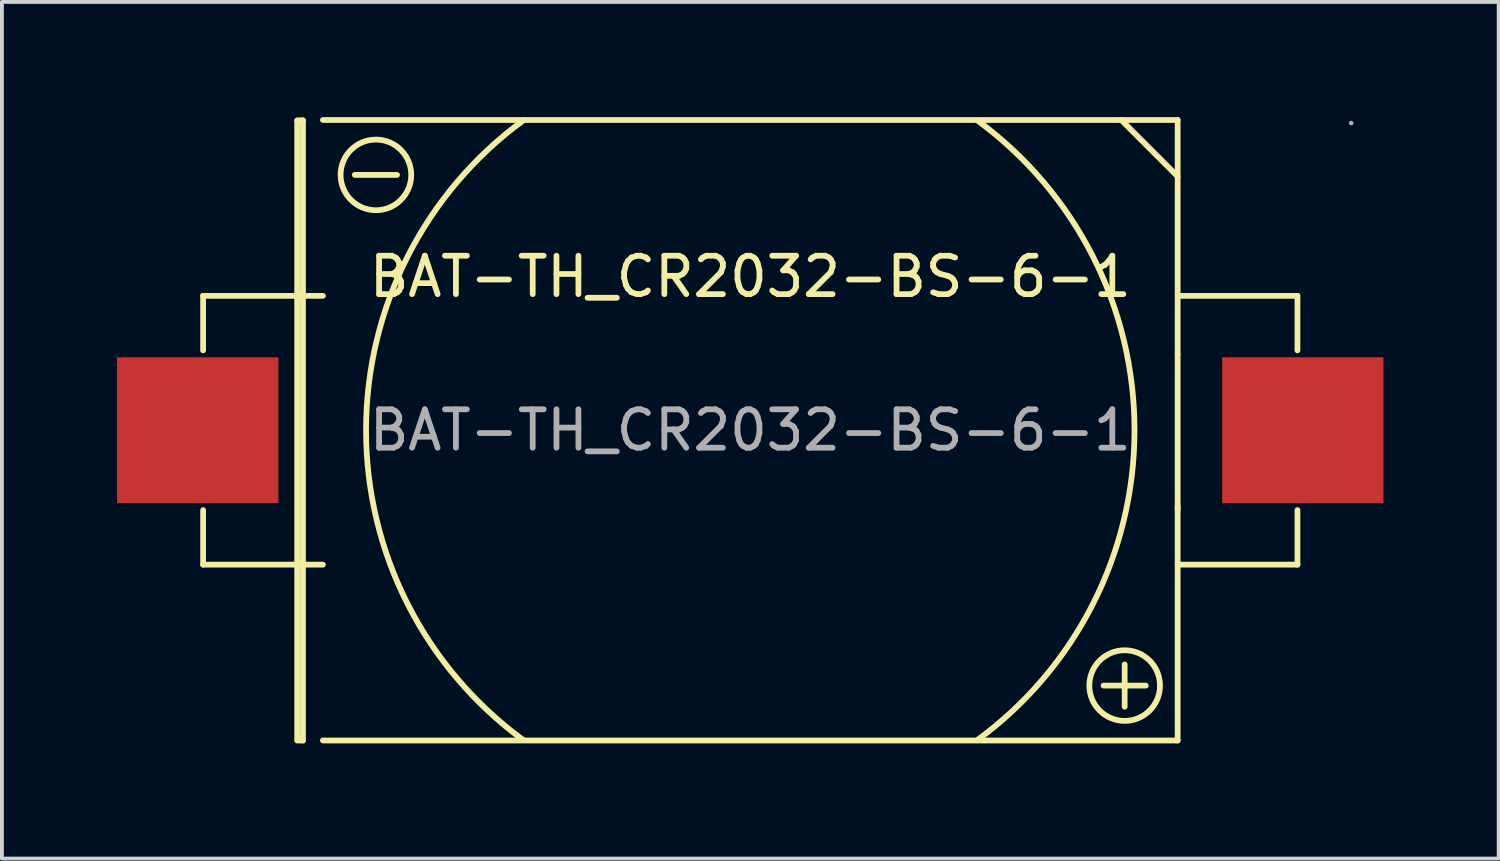
<source format=kicad_pcb>
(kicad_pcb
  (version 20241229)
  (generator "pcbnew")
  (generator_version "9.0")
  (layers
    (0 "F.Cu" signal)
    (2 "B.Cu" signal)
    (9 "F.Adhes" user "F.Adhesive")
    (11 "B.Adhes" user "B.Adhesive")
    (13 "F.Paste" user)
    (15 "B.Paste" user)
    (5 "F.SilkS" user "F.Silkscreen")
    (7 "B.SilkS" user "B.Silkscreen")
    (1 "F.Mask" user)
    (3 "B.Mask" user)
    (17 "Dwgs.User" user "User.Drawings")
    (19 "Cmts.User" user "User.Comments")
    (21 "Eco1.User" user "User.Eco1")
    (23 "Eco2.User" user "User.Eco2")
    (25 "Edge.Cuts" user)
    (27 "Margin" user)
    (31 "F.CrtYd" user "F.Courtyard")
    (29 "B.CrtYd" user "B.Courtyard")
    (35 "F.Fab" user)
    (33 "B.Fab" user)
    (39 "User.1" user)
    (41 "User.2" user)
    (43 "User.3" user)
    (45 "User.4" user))
  (footprint "BAT-TH_CR2032-BS-6-1"
    (layer "F.Cu")
    (at 16.49 8.155)
    (property "Reference" "BAT-TH_CR2032-BS-6-1" (at 0 -4 0) (layer "F.SilkS") (effects (font (size 1 1) (thickness 0.15))))
    (attr smd)
    (fp_line (start -14.25 -3.5) (end -14.25 -2.08) (stroke (width 0.15) (type solid)) (layer "F.SilkS"))
    (fp_line (start -14.25 -3.5) (end -11.13 -3.5) (stroke (width 0.15) (type solid)) (layer "F.SilkS"))
    (fp_line (start -14.25 3.5) (end -14.25 2.08) (stroke (width 0.15) (type solid)) (layer "F.SilkS"))
    (fp_line (start -14.25 3.5) (end -11.13 3.5) (stroke (width 0.15) (type solid)) (layer "F.SilkS"))
    (fp_line (start -11.8 -8.07) (end -11.65 -8.07) (stroke (width 0.15) (type solid)) (layer "F.SilkS"))
    (fp_line (start -11.8 -8.05) (end -11.8 8.05) (stroke (width 0.15) (type solid)) (layer "F.SilkS"))
    (fp_line (start -11.65 -8.07) (end -11.65 8.08) (stroke (width 0.15) (type solid)) (layer "F.SilkS"))
    (fp_line (start -11.65 8.08) (end -11.8 8.08) (stroke (width 0.15) (type solid)) (layer "F.SilkS"))
    (fp_line (start -11.13 -8.08) (end 11.13 -8.08) (stroke (width 0.15) (type solid)) (layer "F.SilkS"))
    (fp_line (start -11.13 8.08) (end 11.13 8.08) (stroke (width 0.15) (type solid)) (layer "F.SilkS"))
    (fp_line (start -9.2 -6.65) (end -10.3 -6.65) (stroke (width 0.15) (type solid)) (layer "F.SilkS"))
    (fp_line (start 9.2 6.65) (end 10.3 6.65) (stroke (width 0.15) (type solid)) (layer "F.SilkS"))
    (fp_line (start 9.64 -8.08) (end 9.66 -8.08) (stroke (width 0.15) (type solid)) (layer "F.SilkS"))
    (fp_line (start 9.66 -8.08) (end 11.13 -6.61) (stroke (width 0.15) (type solid)) (layer "F.SilkS"))
    (fp_line (start 9.75 7.2) (end 9.75 6.1) (stroke (width 0.15) (type solid)) (layer "F.SilkS"))
    (fp_line (start 11.13 -8.08) (end 11.13 -1.98) (stroke (width 0.15) (type solid)) (layer "F.SilkS"))
    (fp_line (start 11.13 -1.98) (end 11.13 2.06) (stroke (width 0.15) (type solid)) (layer "F.SilkS"))
    (fp_line (start 11.13 8.08) (end 11.13 1.98) (stroke (width 0.15) (type solid)) (layer "F.SilkS"))
    (fp_line (start 14.25 -3.5) (end 11.13 -3.5) (stroke (width 0.15) (type solid)) (layer "F.SilkS"))
    (fp_line (start 14.25 -3.5) (end 14.25 -2.08) (stroke (width 0.15) (type solid)) (layer "F.SilkS"))
    (fp_line (start 14.25 3.5) (end 11.13 3.5) (stroke (width 0.15) (type solid)) (layer "F.SilkS"))
    (fp_line (start 14.25 3.5) (end 14.25 2.08) (stroke (width 0.15) (type solid)) (layer "F.SilkS"))
    (fp_arc (start -5.91 8.07) (mid -10.006744 -0.003602) (end -5.904183 -8.07425) (stroke (width 0.15) (type solid)) (layer "F.SilkS"))
    (fp_arc (start 5.91 -8.07) (mid 10.006744 0.003602) (end 5.904183 8.07425) (stroke (width 0.15) (type solid)) (layer "F.SilkS"))
    (fp_circle (center -9.75 -6.65) (end -8.83 -6.65) (stroke (width 0.15) (type solid)) (fill no) (layer "F.SilkS"))
    (fp_circle (center 9.75 6.65) (end 10.67 6.65) (stroke (width 0.15) (type solid)) (fill no) (layer "F.SilkS"))
    (fp_circle (center 15.65 -8) (end 15.68 -8) (stroke (width 0.06) (type solid)) (fill no) (layer "F.Fab"))
    (fp_text user "${REFERENCE}" (at 0 0 0) (layer "F.Fab") (effects (font (size 1 1) (thickness 0.15))))
    (pad "1" smd rect (at 14.39 0) (size 4.2 3.8) (layers "F.Cu" "F.Mask" "F.Paste"))
    (pad "2" smd rect (at -14.39 0) (size 4.2 3.8) (layers "F.Cu" "F.Mask" "F.Paste")))
  (gr_rect
    (start -3 -3)
    (end 35.98 19.31)
    (stroke (width 0.1) (type default))
    (fill no)
    (layer "Edge.Cuts")))
</source>
